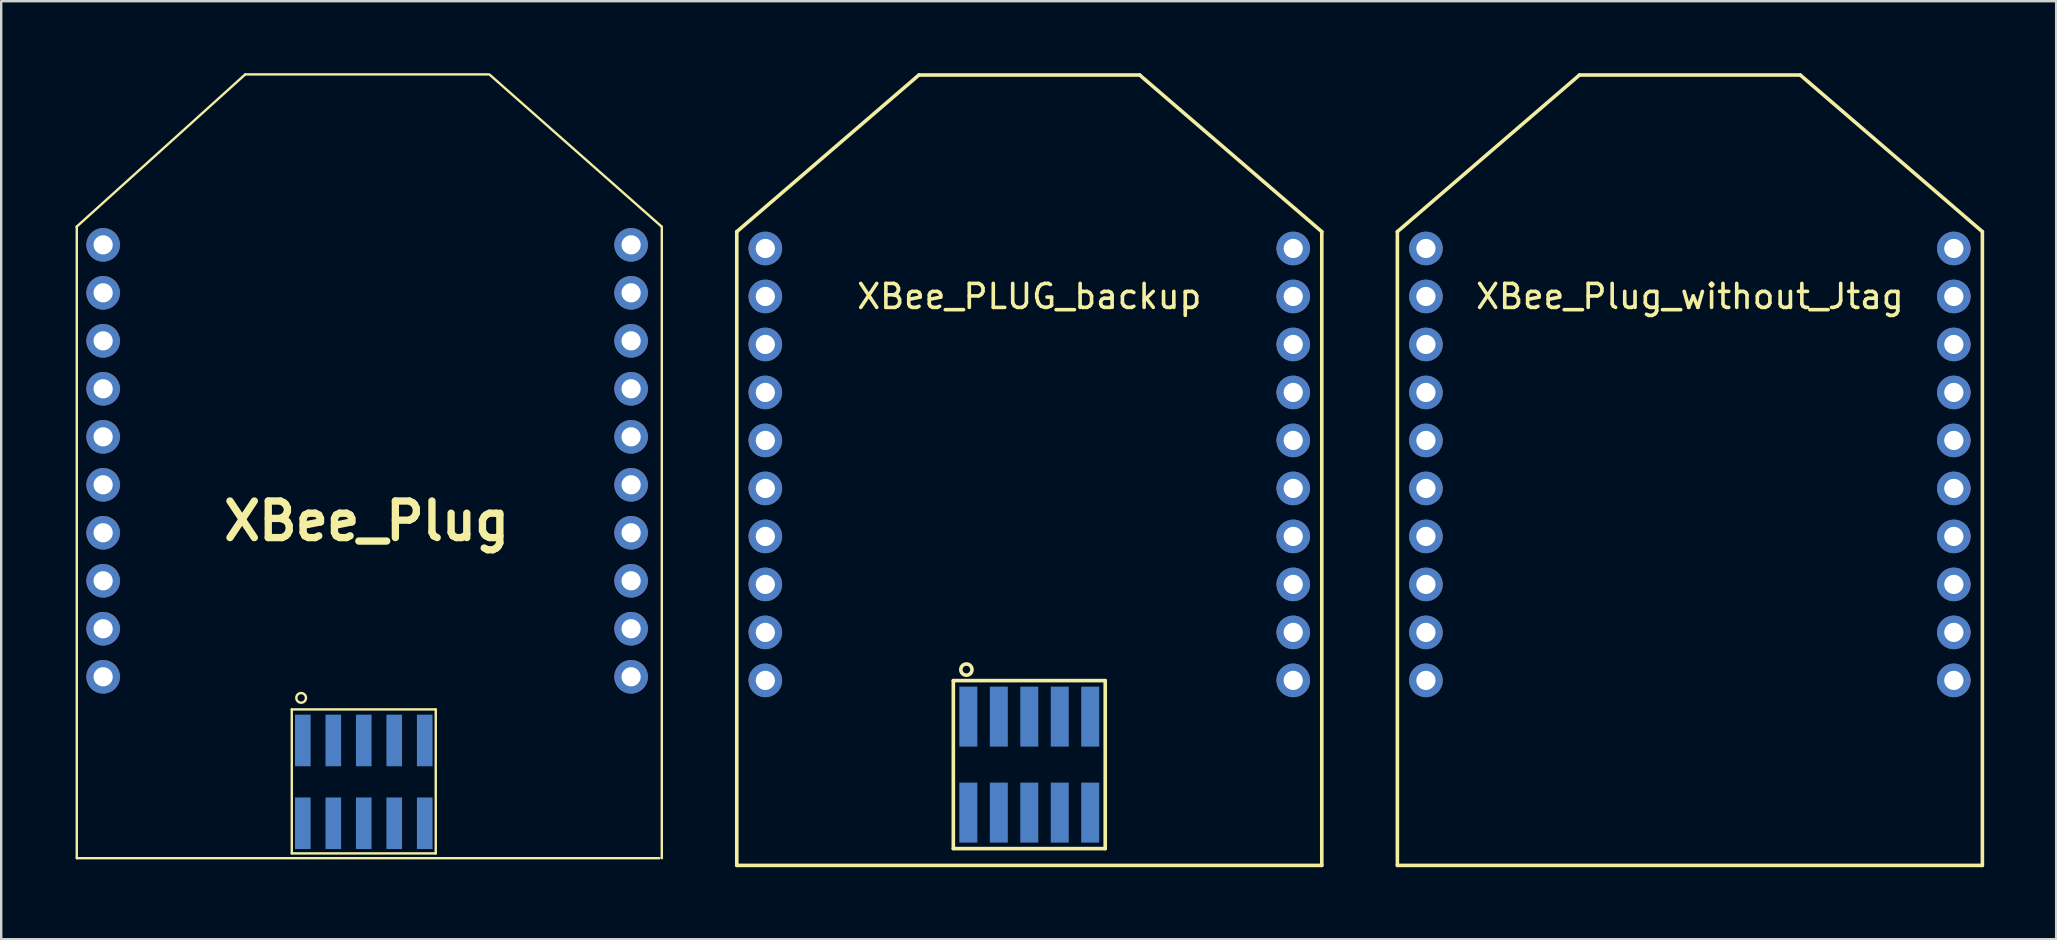
<source format=kicad_pcb>
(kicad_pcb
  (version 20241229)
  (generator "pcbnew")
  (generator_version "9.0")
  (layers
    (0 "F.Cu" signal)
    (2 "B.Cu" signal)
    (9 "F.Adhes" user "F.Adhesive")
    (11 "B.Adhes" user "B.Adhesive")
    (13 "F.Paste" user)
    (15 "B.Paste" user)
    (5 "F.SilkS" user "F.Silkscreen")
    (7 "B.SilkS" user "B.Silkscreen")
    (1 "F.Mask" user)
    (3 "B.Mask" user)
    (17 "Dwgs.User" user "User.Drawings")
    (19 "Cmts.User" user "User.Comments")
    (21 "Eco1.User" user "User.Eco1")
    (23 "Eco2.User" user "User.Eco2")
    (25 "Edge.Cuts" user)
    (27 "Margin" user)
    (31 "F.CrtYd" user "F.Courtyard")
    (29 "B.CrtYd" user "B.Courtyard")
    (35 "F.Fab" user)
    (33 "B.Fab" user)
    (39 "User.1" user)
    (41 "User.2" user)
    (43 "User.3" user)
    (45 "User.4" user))
  (footprint "XBee_Plug"
    (layer "F.Cu")
    (at 0.25 7.034)
    (property "Reference" "XBee_Plug" (at 11.98 11.63 0) (layer "F.SilkS") (effects (font (size 1.524 1.524) (thickness 0.305))))
    (attr through_hole)
    (fp_line (start -0.11 -0.634) (end 6.92 -6.984) (stroke (width 0.1) (type solid)) (layer "F.SilkS"))
    (fp_line (start -0.1 -0.634) (end -0.1 25.68) (stroke (width 0.1) (type solid)) (layer "F.SilkS"))
    (fp_line (start -0.1 25.68) (end 24.18 25.68) (stroke (width 0.1) (type solid)) (layer "F.SilkS"))
    (fp_line (start 6.92 -6.984) (end 17.08 -6.984) (stroke (width 0.1) (type solid)) (layer "F.SilkS"))
    (fp_line (start 8.86 25.48) (end 8.86 19.48) (stroke (width 0.1) (type solid)) (layer "F.SilkS"))
    (fp_line (start 14.86 19.48) (end 8.86 19.48) (stroke (width 0.1) (type solid)) (layer "F.SilkS"))
    (fp_line (start 14.86 25.48) (end 8.86 25.48) (stroke (width 0.1) (type solid)) (layer "F.SilkS"))
    (fp_line (start 14.86 25.48) (end 14.86 19.48) (stroke (width 0.1) (type solid)) (layer "F.SilkS"))
    (fp_line (start 17.12 -6.96) (end 24.28 -0.634) (stroke (width 0.1) (type solid)) (layer "F.SilkS"))
    (fp_line (start 24.28 -0.634) (end 24.28 25.68) (stroke (width 0.1) (type solid)) (layer "F.SilkS"))
    (fp_circle (center 9.25 19) (end 9.225 19.2) (stroke (width 0.1) (type solid)) (fill no) (layer "F.SilkS"))
    (pad "1" thru_hole circle (at 0.999 0.12) (size 1.4 1.4) (drill 0.8) (layers "*.Cu" "*.Mask"))
    (pad "2" thru_hole circle (at 0.999 2.119) (size 1.4 1.4) (drill 0.8) (layers "*.Cu" "*.Mask"))
    (pad "3" thru_hole circle (at 0.999 4.12) (size 1.4 1.4) (drill 0.8) (layers "*.Cu" "*.Mask"))
    (pad "4" thru_hole circle (at 0.999 6.119) (size 1.4 1.4) (drill 0.8) (layers "*.Cu" "*.Mask"))
    (pad "5" thru_hole circle (at 0.999 8.121) (size 1.4 1.4) (drill 0.8) (layers "*.Cu" "*.Mask"))
    (pad "6" thru_hole circle (at 0.999 10.12) (size 1.4 1.4) (drill 0.8) (layers "*.Cu" "*.Mask"))
    (pad "7" thru_hole circle (at 0.999 12.119) (size 1.4 1.4) (drill 0.8) (layers "*.Cu" "*.Mask"))
    (pad "8" thru_hole circle (at 0.999 14.12) (size 1.4 1.4) (drill 0.8) (layers "*.Cu" "*.Mask"))
    (pad "9" thru_hole circle (at 0.999 16.119) (size 1.4 1.4) (drill 0.8) (layers "*.Cu" "*.Mask"))
    (pad "10" thru_hole circle (at 0.999 18.121) (size 1.4 1.4) (drill 0.8) (layers "*.Cu" "*.Mask"))
    (pad "11" thru_hole circle (at 23.001 18.121) (size 1.4 1.4) (drill 0.8) (layers "*.Cu" "*.Mask"))
    (pad "12" thru_hole circle (at 23.001 16.119) (size 1.4 1.4) (drill 0.8) (layers "*.Cu" "*.Mask"))
    (pad "13" thru_hole circle (at 23.001 14.12) (size 1.4 1.4) (drill 0.8) (layers "*.Cu" "*.Mask"))
    (pad "14" thru_hole circle (at 23.001 12.119) (size 1.4 1.4) (drill 0.8) (layers "*.Cu" "*.Mask"))
    (pad "15" thru_hole circle (at 23.001 10.12) (size 1.4 1.4) (drill 0.8) (layers "*.Cu" "*.Mask"))
    (pad "16" thru_hole circle (at 23.001 8.121) (size 1.4 1.4) (drill 0.8) (layers "*.Cu" "*.Mask"))
    (pad "17" thru_hole circle (at 23.001 6.119) (size 1.4 1.4) (drill 0.8) (layers "*.Cu" "*.Mask"))
    (pad "18" thru_hole circle (at 23.001 4.12) (size 1.4 1.4) (drill 0.8) (layers "*.Cu" "*.Mask"))
    (pad "19" thru_hole circle (at 23.001 2.119) (size 1.4 1.4) (drill 0.8) (layers "*.Cu" "*.Mask"))
    (pad "20" thru_hole circle (at 23.001 0.12) (size 1.4 1.4) (drill 0.8) (layers "*.Cu" "*.Mask"))
    (pad "21" smd rect (at 9.32 20.775 180) (size 0.65 2.15) (layers "F.Mask" "B.Cu" "F.Paste"))
    (pad "22" smd rect (at 9.32 24.225 180) (size 0.65 2.15) (layers "F.Mask" "B.Cu" "F.Paste"))
    (pad "23" smd rect (at 10.59 20.775 180) (size 0.65 2.15) (layers "F.Mask" "B.Cu" "F.Paste"))
    (pad "24" smd rect (at 10.59 24.225 180) (size 0.65 2.15) (layers "F.Mask" "B.Cu" "F.Paste"))
    (pad "25" smd rect (at 11.86 20.775 180) (size 0.65 2.15) (layers "F.Mask" "B.Cu" "F.Paste"))
    (pad "26" smd rect (at 11.86 24.225 180) (size 0.65 2.15) (layers "F.Mask" "B.Cu" "F.Paste"))
    (pad "27" smd rect (at 13.13 20.775 180) (size 0.65 2.15) (layers "F.Mask" "B.Cu" "F.Paste"))
    (pad "28" smd rect (at 13.13 24.225 180) (size 0.65 2.15) (layers "F.Mask" "B.Cu" "F.Paste"))
    (pad "29" smd rect (at 14.4 20.775 180) (size 0.65 2.15) (layers "F.Mask" "B.Cu" "F.Paste"))
    (pad "30" smd rect (at 14.4 24.225 180) (size 0.65 2.15) (layers "F.Mask" "B.Cu" "F.Paste")))
  (footprint "XBee_PLUG_backup"
    (layer "F.Cu")
    (at 28.845 7.305)
    (property "Reference" "XBee_PLUG_backup" (at 11 2 0) (layer "F.SilkS") (effects (font (size 1 1) (thickness 0.15))))
    (attr through_hole)
    (fp_line (start -1.19 -0.7) (end -1.19 25.71) (stroke (width 0.15) (type solid)) (layer "F.SilkS"))
    (fp_line (start -1.19 25.71) (end 23.19 25.71) (stroke (width 0.15) (type solid)) (layer "F.SilkS"))
    (fp_line (start 6.4 -7.23) (end -1.19 -0.7) (stroke (width 0.15) (type solid)) (layer "F.SilkS"))
    (fp_line (start 7.835 18.01) (end 7.835 25.01) (stroke (width 0.15) (type solid)) (layer "F.SilkS"))
    (fp_line (start 7.835 25.01) (end 14.165 25.01) (stroke (width 0.15) (type solid)) (layer "F.SilkS"))
    (fp_line (start 14.165 18.01) (end 7.835 18.01) (stroke (width 0.15) (type solid)) (layer "F.SilkS"))
    (fp_line (start 14.165 25.01) (end 14.165 18.01) (stroke (width 0.15) (type solid)) (layer "F.SilkS"))
    (fp_line (start 15.6 -7.23) (end 6.4 -7.23) (stroke (width 0.15) (type solid)) (layer "F.SilkS"))
    (fp_line (start 23.19 -0.7) (end 15.6 -7.23) (stroke (width 0.15) (type solid)) (layer "F.SilkS"))
    (fp_line (start 23.19 25.71) (end 23.19 -0.7) (stroke (width 0.15) (type solid)) (layer "F.SilkS"))
    (fp_circle (center 8.38 17.55) (end 8.54 17.38) (stroke (width 0.15) (type solid)) (fill no) (layer "F.SilkS"))
    (pad "1" thru_hole circle (at 0 0) (size 1.4 1.4) (drill 0.8) (layers "*.Cu" "*.Mask"))
    (pad "2" thru_hole circle (at 0 2) (size 1.4 1.4) (drill 0.8) (layers "*.Cu" "*.Mask"))
    (pad "3" thru_hole circle (at 0 4) (size 1.4 1.4) (drill 0.8) (layers "*.Cu" "*.Mask"))
    (pad "4" thru_hole circle (at 0 6) (size 1.4 1.4) (drill 0.8) (layers "*.Cu" "*.Mask"))
    (pad "5" thru_hole circle (at 0 8) (size 1.4 1.4) (drill 0.8) (layers "*.Cu" "*.Mask"))
    (pad "6" thru_hole circle (at 0 10) (size 1.4 1.4) (drill 0.8) (layers "*.Cu" "*.Mask"))
    (pad "7" thru_hole circle (at 0 12) (size 1.4 1.4) (drill 0.8) (layers "*.Cu" "*.Mask"))
    (pad "8" thru_hole circle (at 0 14) (size 1.4 1.4) (drill 0.8) (layers "*.Cu" "*.Mask"))
    (pad "9" thru_hole circle (at 0 16) (size 1.4 1.4) (drill 0.8) (layers "*.Cu" "*.Mask"))
    (pad "10" thru_hole circle (at 0 18) (size 1.4 1.4) (drill 0.8) (layers "*.Cu" "*.Mask"))
    (pad "11" thru_hole circle (at 22 18) (size 1.4 1.4) (drill 0.8) (layers "*.Cu" "*.Mask"))
    (pad "12" thru_hole circle (at 22 16) (size 1.4 1.4) (drill 0.8) (layers "*.Cu" "*.Mask"))
    (pad "13" thru_hole circle (at 22 14) (size 1.4 1.4) (drill 0.8) (layers "*.Cu" "*.Mask"))
    (pad "14" thru_hole circle (at 22 12) (size 1.4 1.4) (drill 0.8) (layers "*.Cu" "*.Mask"))
    (pad "15" thru_hole circle (at 22 10) (size 1.4 1.4) (drill 0.8) (layers "*.Cu" "*.Mask"))
    (pad "16" thru_hole circle (at 22 8) (size 1.4 1.4) (drill 0.8) (layers "*.Cu" "*.Mask"))
    (pad "17" thru_hole circle (at 22 6) (size 1.4 1.4) (drill 0.8) (layers "*.Cu" "*.Mask"))
    (pad "18" thru_hole circle (at 22 4) (size 1.4 1.4) (drill 0.8) (layers "*.Cu" "*.Mask"))
    (pad "19" thru_hole circle (at 22 2) (size 1.4 1.4) (drill 0.8) (layers "*.Cu" "*.Mask"))
    (pad "20" thru_hole circle (at 22 0) (size 1.4 1.4) (drill 0.8) (layers "*.Cu" "*.Mask"))
    (pad "21" smd rect (at 8.46 19.51 90) (size 2.5 0.75) (layers "F.Mask" "B.Cu" "F.Paste"))
    (pad "22" smd rect (at 8.46 23.51 90) (size 2.5 0.75) (layers "F.Mask" "B.Cu" "F.Paste"))
    (pad "23" smd rect (at 9.73 19.51 90) (size 2.5 0.75) (layers "F.Mask" "B.Cu" "F.Paste"))
    (pad "24" smd rect (at 9.73 23.51 90) (size 2.5 0.75) (layers "F.Mask" "B.Cu" "F.Paste"))
    (pad "25" smd rect (at 11 19.51 90) (size 2.5 0.75) (layers "F.Mask" "B.Cu" "F.Paste"))
    (pad "26" smd rect (at 11 23.51 90) (size 2.5 0.75) (layers "F.Mask" "B.Cu" "F.Paste"))
    (pad "27" smd rect (at 12.27 19.51 90) (size 2.5 0.75) (layers "F.Mask" "B.Cu" "F.Paste"))
    (pad "28" smd rect (at 12.27 23.51 90) (size 2.5 0.75) (layers "F.Mask" "B.Cu" "F.Paste"))
    (pad "29" smd rect (at 13.54 19.51 90) (size 2.5 0.75) (layers "F.Mask" "B.Cu" "F.Paste"))
    (pad "30" smd rect (at 13.54 23.51 90) (size 2.5 0.75) (layers "F.Mask" "B.Cu" "F.Paste")))
  (footprint "XBee_Plug_without_Jtag"
    (layer "F.Cu")
    (at 56.375 7.305)
    (property "Reference" "XBee_Plug_without_Jtag" (at 11 2 0) (layer "F.SilkS") (effects (font (size 1 1) (thickness 0.15))))
    (attr through_hole)
    (fp_line (start -1.19 -0.7) (end -1.19 25.71) (stroke (width 0.15) (type solid)) (layer "F.SilkS"))
    (fp_line (start -1.19 25.71) (end 23.19 25.71) (stroke (width 0.15) (type solid)) (layer "F.SilkS"))
    (fp_line (start 6.4 -7.23) (end -1.19 -0.7) (stroke (width 0.15) (type solid)) (layer "F.SilkS"))
    (fp_line (start 15.6 -7.23) (end 6.4 -7.23) (stroke (width 0.15) (type solid)) (layer "F.SilkS"))
    (fp_line (start 23.19 -0.7) (end 15.6 -7.23) (stroke (width 0.15) (type solid)) (layer "F.SilkS"))
    (fp_line (start 23.19 25.71) (end 23.19 -0.7) (stroke (width 0.15) (type solid)) (layer "F.SilkS"))
    (pad "1" thru_hole circle (at 0 0) (size 1.4 1.4) (drill 0.8) (layers "*.Cu" "*.Mask"))
    (pad "2" thru_hole circle (at 0 2) (size 1.4 1.4) (drill 0.8) (layers "*.Cu" "*.Mask"))
    (pad "3" thru_hole circle (at 0 4) (size 1.4 1.4) (drill 0.8) (layers "*.Cu" "*.Mask"))
    (pad "4" thru_hole circle (at 0 6) (size 1.4 1.4) (drill 0.8) (layers "*.Cu" "*.Mask"))
    (pad "5" thru_hole circle (at 0 8) (size 1.4 1.4) (drill 0.8) (layers "*.Cu" "*.Mask"))
    (pad "6" thru_hole circle (at 0 10) (size 1.4 1.4) (drill 0.8) (layers "*.Cu" "*.Mask"))
    (pad "7" thru_hole circle (at 0 12) (size 1.4 1.4) (drill 0.8) (layers "*.Cu" "*.Mask"))
    (pad "8" thru_hole circle (at 0 14) (size 1.4 1.4) (drill 0.8) (layers "*.Cu" "*.Mask"))
    (pad "9" thru_hole circle (at 0 16) (size 1.4 1.4) (drill 0.8) (layers "*.Cu" "*.Mask"))
    (pad "10" thru_hole circle (at 0 18) (size 1.4 1.4) (drill 0.8) (layers "*.Cu" "*.Mask"))
    (pad "11" thru_hole circle (at 22 18) (size 1.4 1.4) (drill 0.8) (layers "*.Cu" "*.Mask"))
    (pad "12" thru_hole circle (at 22 16) (size 1.4 1.4) (drill 0.8) (layers "*.Cu" "*.Mask"))
    (pad "13" thru_hole circle (at 22 14) (size 1.4 1.4) (drill 0.8) (layers "*.Cu" "*.Mask"))
    (pad "14" thru_hole circle (at 22 12) (size 1.4 1.4) (drill 0.8) (layers "*.Cu" "*.Mask"))
    (pad "15" thru_hole circle (at 22 10) (size 1.4 1.4) (drill 0.8) (layers "*.Cu" "*.Mask"))
    (pad "16" thru_hole circle (at 22 8) (size 1.4 1.4) (drill 0.8) (layers "*.Cu" "*.Mask"))
    (pad "17" thru_hole circle (at 22 6) (size 1.4 1.4) (drill 0.8) (layers "*.Cu" "*.Mask"))
    (pad "18" thru_hole circle (at 22 4) (size 1.4 1.4) (drill 0.8) (layers "*.Cu" "*.Mask"))
    (pad "19" thru_hole circle (at 22 2) (size 1.4 1.4) (drill 0.8) (layers "*.Cu" "*.Mask"))
    (pad "20" thru_hole circle (at 22 0) (size 1.4 1.4) (drill 0.8) (layers "*.Cu" "*.Mask")))
  (gr_rect
    (start -3 -3)
    (end 82.64 36.09)
    (stroke (width 0.1) (type default))
    (fill no)
    (layer "Edge.Cuts")))
</source>
